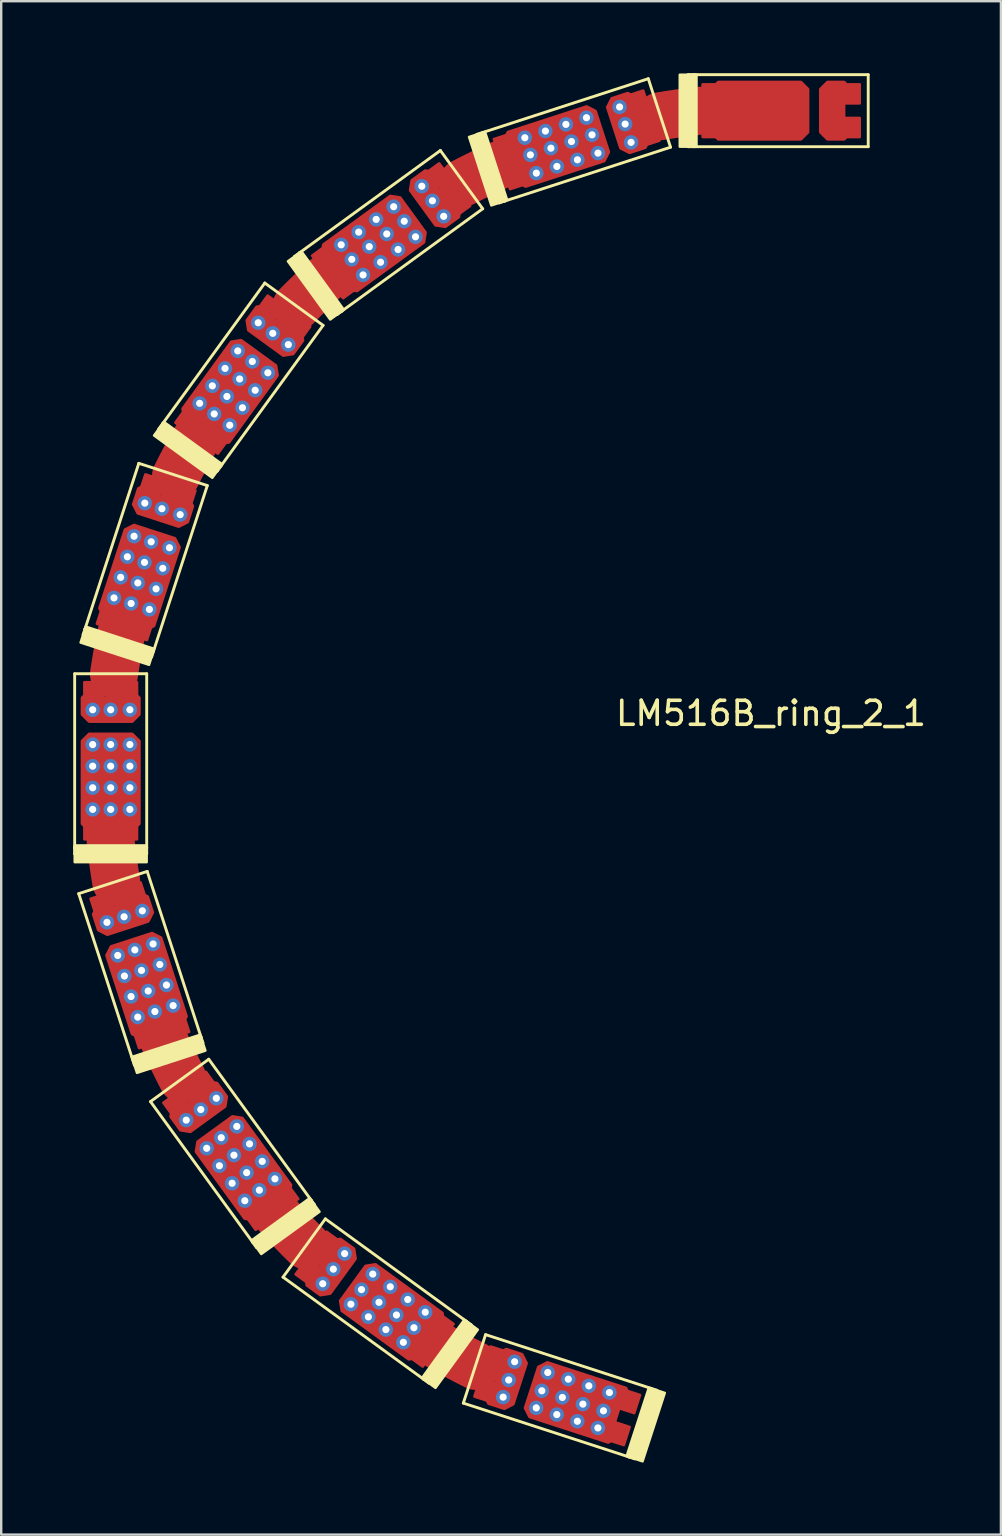
<source format=kicad_pcb>
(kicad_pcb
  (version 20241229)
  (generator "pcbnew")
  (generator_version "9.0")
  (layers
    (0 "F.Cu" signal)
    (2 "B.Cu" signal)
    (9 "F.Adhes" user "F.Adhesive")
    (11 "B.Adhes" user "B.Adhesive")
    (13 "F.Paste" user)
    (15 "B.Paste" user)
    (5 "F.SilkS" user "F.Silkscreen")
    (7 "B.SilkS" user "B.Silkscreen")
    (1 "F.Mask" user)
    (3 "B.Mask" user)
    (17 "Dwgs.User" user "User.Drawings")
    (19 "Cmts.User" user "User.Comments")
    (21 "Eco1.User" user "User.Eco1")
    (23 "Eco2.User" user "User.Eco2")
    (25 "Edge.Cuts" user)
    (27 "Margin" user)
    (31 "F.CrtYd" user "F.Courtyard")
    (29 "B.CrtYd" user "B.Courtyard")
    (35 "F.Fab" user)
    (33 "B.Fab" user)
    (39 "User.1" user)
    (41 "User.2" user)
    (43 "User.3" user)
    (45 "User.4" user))
  (footprint "LM516B_ring_2_1"
    (layer "F.Cu")
    (at 28.96 29.06)
    (property "Reference" "LM516B_ring_2_1" (at 0.1 -2.4 0) (layer "F.SilkS") (effects (font (size 1 1) (thickness 0.15))))
    (attr through_hole)
    (fp_arc (start -27.262681 -4.029415) (mid -27.126866 -4.863151) (end -26.965654 -5.692351) (stroke (width 2) (type solid)) (layer "F.Cu"))
    (fp_arc (start -27.168614 4.623332) (mid -27.297085 3.788433) (end -27.4 2.95) (stroke (width 2) (type solid)) (layer "F.Cu"))
    (fp_arc (start -24.678299 -12.287734) (mid -24.291493 -13.038695) (end -23.881934 -13.777494) (stroke (width 2) (type solid)) (layer "F.Cu"))
    (fp_arc (start -24.405304 12.823515) (mid -24.785486 12.069179) (end -25.142454 11.303584) (stroke (width 2) (type solid)) (layer "F.Cu"))
    (fp_arc (start -19.668444 -19.343245) (mid -19.06851 -19.937922) (end -18.450695 -20.514001) (stroke (width 2) (type solid)) (layer "F.Cu"))
    (fp_arc (start -19.243245 19.768444) (mid -19.837922 19.16851) (end -20.414001 18.550695) (stroke (width 2) (type solid)) (layer "F.Cu"))
    (fp_arc (start -12.723515 -24.505304) (mid -11.969179 -24.885486) (end -11.203584 -25.242454) (stroke (width 2) (type solid)) (layer "F.Cu"))
    (fp_arc (start -12.187734 24.778299) (mid -12.938695 24.391493) (end -13.677494 23.981934) (stroke (width 2) (type solid)) (layer "F.Cu"))
    (fp_arc (start -4.523332 -27.268614) (mid -3.688433 -27.397085) (end -2.85 -27.5) (stroke (width 2) (type solid)) (layer "F.Cu"))
    (fp_line (start -28.9 -4.05) (end -25.9 -4.05) (stroke (width 0.12) (type solid)) (layer "F.SilkS"))
    (fp_line (start -28.9 3.2) (end -28.9 -4.05) (stroke (width 0.12) (type solid)) (layer "F.SilkS"))
    (fp_line (start -28.9 3.2) (end -28.9 3.45) (stroke (width 0.12) (type solid)) (layer "F.SilkS"))
    (fp_line (start -28.9 3.45) (end -25.9 3.45) (stroke (width 0.12) (type solid)) (layer "F.SilkS"))
    (fp_line (start -28.732 5.11) (end -25.879 4.183) (stroke (width 0.12) (type solid)) (layer "F.SilkS"))
    (fp_line (start -28.547 -5.68) (end -25.694 -4.753) (stroke (width 0.12) (type solid)) (layer "F.SilkS"))
    (fp_line (start -28.469 -5.918) (end -28.547 -5.68) (stroke (width 0.12) (type solid)) (layer "F.SilkS"))
    (fp_line (start -28.469 -5.918) (end -26.229 -12.813) (stroke (width 0.12) (type solid)) (layer "F.SilkS"))
    (fp_line (start -26.492 12.005) (end -28.732 5.11) (stroke (width 0.12) (type solid)) (layer "F.SilkS"))
    (fp_line (start -26.492 12.005) (end -26.415 12.243) (stroke (width 0.12) (type solid)) (layer "F.SilkS"))
    (fp_line (start -26.415 12.243) (end -23.561 11.316) (stroke (width 0.12) (type solid)) (layer "F.SilkS"))
    (fp_line (start -26.229 -12.813) (end -23.376 -11.886) (stroke (width 0.12) (type solid)) (layer "F.SilkS"))
    (fp_line (start -25.9 -4.05) (end -25.9 3.2) (stroke (width 0.12) (type solid)) (layer "F.SilkS"))
    (fp_line (start -25.9 3.2) (end -28.9 3.2) (stroke (width 0.12) (type solid)) (layer "F.SilkS"))
    (fp_line (start -25.9 3.45) (end -25.9 3.2) (stroke (width 0.12) (type solid)) (layer "F.SilkS"))
    (fp_line (start -25.879 4.183) (end -23.639 11.078) (stroke (width 0.12) (type solid)) (layer "F.SilkS"))
    (fp_line (start -25.742 13.769) (end -23.315 12.006) (stroke (width 0.12) (type solid)) (layer "F.SilkS"))
    (fp_line (start -25.694 -4.753) (end -25.616 -4.991) (stroke (width 0.12) (type solid)) (layer "F.SilkS"))
    (fp_line (start -25.616 -4.991) (end -28.469 -5.918) (stroke (width 0.12) (type solid)) (layer "F.SilkS"))
    (fp_line (start -25.389 -14.255) (end -22.962 -12.491) (stroke (width 0.12) (type solid)) (layer "F.SilkS"))
    (fp_line (start -25.242 -14.457) (end -25.389 -14.255) (stroke (width 0.12) (type solid)) (layer "F.SilkS"))
    (fp_line (start -25.242 -14.457) (end -20.981 -20.322) (stroke (width 0.12) (type solid)) (layer "F.SilkS"))
    (fp_line (start -23.639 11.078) (end -26.492 12.005) (stroke (width 0.12) (type solid)) (layer "F.SilkS"))
    (fp_line (start -23.561 11.316) (end -23.639 11.078) (stroke (width 0.12) (type solid)) (layer "F.SilkS"))
    (fp_line (start -23.376 -11.886) (end -25.616 -4.991) (stroke (width 0.12) (type solid)) (layer "F.SilkS"))
    (fp_line (start -23.315 12.006) (end -19.054 17.871) (stroke (width 0.12) (type solid)) (layer "F.SilkS"))
    (fp_line (start -22.962 -12.491) (end -22.815 -12.694) (stroke (width 0.12) (type solid)) (layer "F.SilkS"))
    (fp_line (start -22.815 -12.694) (end -25.242 -14.457) (stroke (width 0.12) (type solid)) (layer "F.SilkS"))
    (fp_line (start -21.481 19.635) (end -25.742 13.769) (stroke (width 0.12) (type solid)) (layer "F.SilkS"))
    (fp_line (start -21.481 19.635) (end -21.334 19.837) (stroke (width 0.12) (type solid)) (layer "F.SilkS"))
    (fp_line (start -21.334 19.837) (end -18.907 18.074) (stroke (width 0.12) (type solid)) (layer "F.SilkS"))
    (fp_line (start -20.981 -20.322) (end -18.554 -18.559) (stroke (width 0.12) (type solid)) (layer "F.SilkS"))
    (fp_line (start -20.222 21.081) (end -18.459 18.654) (stroke (width 0.12) (type solid)) (layer "F.SilkS"))
    (fp_line (start -19.737 -21.434) (end -17.974 -19.007) (stroke (width 0.12) (type solid)) (layer "F.SilkS"))
    (fp_line (start -19.535 -21.581) (end -19.737 -21.434) (stroke (width 0.12) (type solid)) (layer "F.SilkS"))
    (fp_line (start -19.535 -21.581) (end -13.669 -25.842) (stroke (width 0.12) (type solid)) (layer "F.SilkS"))
    (fp_line (start -19.054 17.871) (end -21.481 19.635) (stroke (width 0.12) (type solid)) (layer "F.SilkS"))
    (fp_line (start -18.907 18.074) (end -19.054 17.871) (stroke (width 0.12) (type solid)) (layer "F.SilkS"))
    (fp_line (start -18.554 -18.559) (end -22.815 -12.694) (stroke (width 0.12) (type solid)) (layer "F.SilkS"))
    (fp_line (start -18.459 18.654) (end -12.594 22.915) (stroke (width 0.12) (type solid)) (layer "F.SilkS"))
    (fp_line (start -17.974 -19.007) (end -17.771 -19.154) (stroke (width 0.12) (type solid)) (layer "F.SilkS"))
    (fp_line (start -17.771 -19.154) (end -19.535 -21.581) (stroke (width 0.12) (type solid)) (layer "F.SilkS"))
    (fp_line (start -14.357 25.342) (end -20.222 21.081) (stroke (width 0.12) (type solid)) (layer "F.SilkS"))
    (fp_line (start -14.357 25.342) (end -14.155 25.489) (stroke (width 0.12) (type solid)) (layer "F.SilkS"))
    (fp_line (start -14.155 25.489) (end -12.391 23.062) (stroke (width 0.12) (type solid)) (layer "F.SilkS"))
    (fp_line (start -13.669 -25.842) (end -11.906 -23.415) (stroke (width 0.12) (type solid)) (layer "F.SilkS"))
    (fp_line (start -12.713 26.329) (end -11.786 23.476) (stroke (width 0.12) (type solid)) (layer "F.SilkS"))
    (fp_line (start -12.594 22.915) (end -14.357 25.342) (stroke (width 0.12) (type solid)) (layer "F.SilkS"))
    (fp_line (start -12.391 23.062) (end -12.594 22.915) (stroke (width 0.12) (type solid)) (layer "F.SilkS"))
    (fp_line (start -12.143 -26.515) (end -11.216 -23.661) (stroke (width 0.12) (type solid)) (layer "F.SilkS"))
    (fp_line (start -11.906 -23.415) (end -17.771 -19.154) (stroke (width 0.12) (type solid)) (layer "F.SilkS"))
    (fp_line (start -11.905 -26.592) (end -12.143 -26.515) (stroke (width 0.12) (type solid)) (layer "F.SilkS"))
    (fp_line (start -11.905 -26.592) (end -5.01 -28.832) (stroke (width 0.12) (type solid)) (layer "F.SilkS"))
    (fp_line (start -11.786 23.476) (end -4.891 25.716) (stroke (width 0.12) (type solid)) (layer "F.SilkS"))
    (fp_line (start -11.216 -23.661) (end -10.978 -23.739) (stroke (width 0.12) (type solid)) (layer "F.SilkS"))
    (fp_line (start -10.978 -23.739) (end -11.905 -26.592) (stroke (width 0.12) (type solid)) (layer "F.SilkS"))
    (fp_line (start -5.818 28.569) (end -12.713 26.329) (stroke (width 0.12) (type solid)) (layer "F.SilkS"))
    (fp_line (start -5.818 28.569) (end -5.58 28.647) (stroke (width 0.12) (type solid)) (layer "F.SilkS"))
    (fp_line (start -5.58 28.647) (end -4.653 25.794) (stroke (width 0.12) (type solid)) (layer "F.SilkS"))
    (fp_line (start -5.01 -28.832) (end -4.083 -25.979) (stroke (width 0.12) (type solid)) (layer "F.SilkS"))
    (fp_line (start -4.891 25.716) (end -5.818 28.569) (stroke (width 0.12) (type solid)) (layer "F.SilkS"))
    (fp_line (start -4.653 25.794) (end -4.891 25.716) (stroke (width 0.12) (type solid)) (layer "F.SilkS"))
    (fp_line (start -4.083 -25.979) (end -10.978 -23.739) (stroke (width 0.12) (type solid)) (layer "F.SilkS"))
    (fp_line (start -3.35 -29) (end -3.35 -26) (stroke (width 0.12) (type solid)) (layer "F.SilkS"))
    (fp_line (start -3.35 -26) (end -3.1 -26) (stroke (width 0.12) (type solid)) (layer "F.SilkS"))
    (fp_line (start -3.1 -29) (end -3.35 -29) (stroke (width 0.12) (type solid)) (layer "F.SilkS"))
    (fp_line (start -3.1 -29) (end 4.15 -29) (stroke (width 0.12) (type solid)) (layer "F.SilkS"))
    (fp_line (start -3.1 -26) (end -3.1 -29) (stroke (width 0.12) (type solid)) (layer "F.SilkS"))
    (fp_line (start 4.15 -29) (end 4.15 -26) (stroke (width 0.12) (type solid)) (layer "F.SilkS"))
    (fp_line (start 4.15 -26) (end -3.1 -26) (stroke (width 0.12) (type solid)) (layer "F.SilkS"))
    (fp_poly (pts (xy -25.9 3.1) (xy -25.9 3.8) (xy -28.9 3.8) (xy -28.9 3.1)) (stroke (width 0.1) (type solid)) (fill yes) (layer "F.SilkS"))
    (fp_poly (pts (xy -25.585 -5.086) (xy -25.802 -4.42) (xy -28.655 -5.347) (xy -28.439 -6.013)) (stroke (width 0.1) (type solid)) (fill yes) (layer "F.SilkS"))
    (fp_poly (pts (xy -23.67 10.983) (xy -23.453 11.648) (xy -26.306 12.576) (xy -26.523 11.91)) (stroke (width 0.1) (type solid)) (fill yes) (layer "F.SilkS"))
    (fp_poly (pts (xy -22.757 -12.774) (xy -23.168 -12.208) (xy -25.595 -13.972) (xy -25.184 -14.538)) (stroke (width 0.1) (type solid)) (fill yes) (layer "F.SilkS"))
    (fp_poly (pts (xy -19.112 17.79) (xy -18.701 18.357) (xy -21.128 20.12) (xy -21.539 19.554)) (stroke (width 0.1) (type solid)) (fill yes) (layer "F.SilkS"))
    (fp_poly (pts (xy -17.69 -19.212) (xy -18.257 -18.801) (xy -20.02 -21.228) (xy -19.454 -21.639)) (stroke (width 0.1) (type solid)) (fill yes) (layer "F.SilkS"))
    (fp_poly (pts (xy -12.674 22.857) (xy -12.108 23.268) (xy -13.872 25.695) (xy -14.438 25.284)) (stroke (width 0.1) (type solid)) (fill yes) (layer "F.SilkS"))
    (fp_poly (pts (xy -10.883 -23.77) (xy -11.548 -23.553) (xy -12.476 -26.406) (xy -11.81 -26.623)) (stroke (width 0.1) (type solid)) (fill yes) (layer "F.SilkS"))
    (fp_poly (pts (xy -4.986 25.685) (xy -4.32 25.902) (xy -5.247 28.755) (xy -5.913 28.539)) (stroke (width 0.1) (type solid)) (fill yes) (layer "F.SilkS"))
    (fp_poly (pts (xy -3 -26) (xy -3.7 -26) (xy -3.7 -29) (xy -3 -29)) (stroke (width 0.1) (type solid)) (fill yes) (layer "F.SilkS"))
    (pad "1" smd custom (at -0.45 -27.5) (size 3 2) (layers "F.Cu" "F.Mask" "F.Paste") (options (anchor rect)) (primitives (gr_poly (pts (xy 2.1 -0.9) (xy 2.1 0.9) (xy 1.8 1.2) (xy -1.65 1.2) (xy -1.75 1.1) (xy -2.3 1.1) (xy -2.3 0.3) (xy -1.65 0.3) (xy -1.65 -0.3) (xy -2.3 -0.3) (xy -2.3 -1.1) (xy -1.75 -1.1) (xy -1.65 -1.2) (xy 1.8 -1.2)) (width 0.1) (fill yes))))
    (pad "2" thru_hole circle (at -10.151 -26.373 18) (size 0.6 0.6) (drill 0.3) (layers "*.Cu" "*.Mask"))
    (pad "2" thru_hole circle (at -9.92 -25.66 18) (size 0.6 0.6) (drill 0.3) (layers "*.Cu" "*.Mask"))
    (pad "2" thru_hole circle (at -9.672 -24.899 18) (size 0.6 0.6) (drill 0.3) (layers "*.Cu" "*.Mask"))
    (pad "2" thru_hole circle (at -9.295 -26.651 18) (size 0.6 0.6) (drill 0.3) (layers "*.Cu" "*.Mask"))
    (pad "2" thru_hole circle (at -9.064 -25.938 18) (size 0.6 0.6) (drill 0.3) (layers "*.Cu" "*.Mask"))
    (pad "2" smd custom (at -8.921 -25.984 18) (size 3 2) (layers "F.Cu" "F.Mask" "F.Paste") (options (anchor rect)) (primitives (gr_poly (pts (xy 2.1 -0.9) (xy 2.1 0.9) (xy 1.8 1.2) (xy -1.65 1.2) (xy -1.75 1.1) (xy -2.3 1.1) (xy -2.3 0.3) (xy -1.65 0.3) (xy -1.65 -0.3) (xy -2.3 -0.3) (xy -2.3 -1.1) (xy -1.75 -1.1) (xy -1.65 -1.2) (xy 1.8 -1.2)) (width 0.1) (fill yes))))
    (pad "2" thru_hole circle (at -8.816 -25.177 18) (size 0.6 0.6) (drill 0.3) (layers "*.Cu" "*.Mask"))
    (pad "2" thru_hole circle (at -8.44 -26.929 18) (size 0.6 0.6) (drill 0.3) (layers "*.Cu" "*.Mask"))
    (pad "2" thru_hole circle (at -8.208 -26.216 18) (size 0.6 0.6) (drill 0.3) (layers "*.Cu" "*.Mask"))
    (pad "2" thru_hole circle (at -7.961 -25.455 18) (size 0.6 0.6) (drill 0.3) (layers "*.Cu" "*.Mask"))
    (pad "2" thru_hole circle (at -7.584 -27.207 18) (size 0.6 0.6) (drill 0.3) (layers "*.Cu" "*.Mask"))
    (pad "2" thru_hole circle (at -7.352 -26.494 18) (size 0.6 0.6) (drill 0.3) (layers "*.Cu" "*.Mask"))
    (pad "2" thru_hole circle (at -7.105 -25.733 18) (size 0.6 0.6) (drill 0.3) (layers "*.Cu" "*.Mask"))
    (pad "3" thru_hole circle (at -17.799 -21.914 36) (size 0.6 0.6) (drill 0.3) (layers "*.Cu" "*.Mask"))
    (pad "3" thru_hole circle (at -17.359 -21.308 36) (size 0.6 0.6) (drill 0.3) (layers "*.Cu" "*.Mask"))
    (pad "3" thru_hole circle (at -17.071 -22.443 36) (size 0.6 0.6) (drill 0.3) (layers "*.Cu" "*.Mask"))
    (pad "3" thru_hole circle (at -16.888 -20.66 36) (size 0.6 0.6) (drill 0.3) (layers "*.Cu" "*.Mask"))
    (pad "3" thru_hole circle (at -16.63 -21.837 36) (size 0.6 0.6) (drill 0.3) (layers "*.Cu" "*.Mask"))
    (pad "3" smd custom (at -16.509 -21.925 36) (size 3 2) (layers "F.Cu" "F.Mask" "F.Paste") (options (anchor rect)) (primitives (gr_poly (pts (xy 2.1 -0.9) (xy 2.1 0.9) (xy 1.8 1.2) (xy -1.65 1.2) (xy -1.75 1.1) (xy -2.3 1.1) (xy -2.3 0.3) (xy -1.65 0.3) (xy -1.65 -0.3) (xy -2.3 -0.3) (xy -2.3 -1.1) (xy -1.75 -1.1) (xy -1.65 -1.2) (xy 1.8 -1.2)) (width 0.1) (fill yes))))
    (pad "3" thru_hole circle (at -16.343 -22.972 36) (size 0.6 0.6) (drill 0.3) (layers "*.Cu" "*.Mask"))
    (pad "3" thru_hole circle (at -16.16 -21.189 36) (size 0.6 0.6) (drill 0.3) (layers "*.Cu" "*.Mask"))
    (pad "3" thru_hole circle (at -15.902 -22.366 36) (size 0.6 0.6) (drill 0.3) (layers "*.Cu" "*.Mask"))
    (pad "3" thru_hole circle (at -15.615 -23.501 36) (size 0.6 0.6) (drill 0.3) (layers "*.Cu" "*.Mask"))
    (pad "3" thru_hole circle (at -15.432 -21.718 36) (size 0.6 0.6) (drill 0.3) (layers "*.Cu" "*.Mask"))
    (pad "3" thru_hole circle (at -15.174 -22.895 36) (size 0.6 0.6) (drill 0.3) (layers "*.Cu" "*.Mask"))
    (pad "3" thru_hole circle (at -14.704 -22.247 36) (size 0.6 0.6) (drill 0.3) (layers "*.Cu" "*.Mask"))
    (pad "4" thru_hole circle (at -23.695 -15.311 54) (size 0.6 0.6) (drill 0.3) (layers "*.Cu" "*.Mask"))
    (pad "4" thru_hole circle (at -23.166 -16.039 54) (size 0.6 0.6) (drill 0.3) (layers "*.Cu" "*.Mask"))
    (pad "4" thru_hole circle (at -23.088 -14.87 54) (size 0.6 0.6) (drill 0.3) (layers "*.Cu" "*.Mask"))
    (pad "4" thru_hole circle (at -22.637 -16.767 54) (size 0.6 0.6) (drill 0.3) (layers "*.Cu" "*.Mask"))
    (pad "4" thru_hole circle (at -22.559 -15.598 54) (size 0.6 0.6) (drill 0.3) (layers "*.Cu" "*.Mask"))
    (pad "4" smd custom (at -22.471 -15.719 54) (size 3 2) (layers "F.Cu" "F.Mask" "F.Paste") (options (anchor rect)) (primitives (gr_poly (pts (xy 2.1 -0.9) (xy 2.1 0.9) (xy 1.8 1.2) (xy -1.65 1.2) (xy -1.75 1.1) (xy -2.3 1.1) (xy -2.3 0.3) (xy -1.65 0.3) (xy -1.65 -0.3) (xy -2.3 -0.3) (xy -2.3 -1.1) (xy -1.75 -1.1) (xy -1.65 -1.2) (xy 1.8 -1.2)) (width 0.1) (fill yes))))
    (pad "4" thru_hole circle (at -22.441 -14.399 54) (size 0.6 0.6) (drill 0.3) (layers "*.Cu" "*.Mask"))
    (pad "4" thru_hole circle (at -22.108 -17.495 54) (size 0.6 0.6) (drill 0.3) (layers "*.Cu" "*.Mask"))
    (pad "4" thru_hole circle (at -22.03 -16.326 54) (size 0.6 0.6) (drill 0.3) (layers "*.Cu" "*.Mask"))
    (pad "4" thru_hole circle (at -21.912 -15.128 54) (size 0.6 0.6) (drill 0.3) (layers "*.Cu" "*.Mask"))
    (pad "4" thru_hole circle (at -21.501 -17.054 54) (size 0.6 0.6) (drill 0.3) (layers "*.Cu" "*.Mask"))
    (pad "4" thru_hole circle (at -21.383 -15.856 54) (size 0.6 0.6) (drill 0.3) (layers "*.Cu" "*.Mask"))
    (pad "4" thru_hole circle (at -20.854 -16.584 54) (size 0.6 0.6) (drill 0.3) (layers "*.Cu" "*.Mask"))
    (pad "5" thru_hole circle (at -27.262 -7.208 72) (size 0.6 0.6) (drill 0.3) (layers "*.Cu" "*.Mask"))
    (pad "5" thru_hole circle (at -26.984 -8.064 72) (size 0.6 0.6) (drill 0.3) (layers "*.Cu" "*.Mask"))
    (pad "5" thru_hole circle (at -26.706 -8.92 72) (size 0.6 0.6) (drill 0.3) (layers "*.Cu" "*.Mask"))
    (pad "5" thru_hole circle (at -26.548 -6.976 72) (size 0.6 0.6) (drill 0.3) (layers "*.Cu" "*.Mask"))
    (pad "5" thru_hole circle (at -26.427 -9.776 72) (size 0.6 0.6) (drill 0.3) (layers "*.Cu" "*.Mask"))
    (pad "5" thru_hole circle (at -26.27 -7.832 72) (size 0.6 0.6) (drill 0.3) (layers "*.Cu" "*.Mask"))
    (pad "5" smd custom (at -26.224 -7.975 72) (size 3 2) (layers "F.Cu" "F.Mask" "F.Paste") (options (anchor rect)) (primitives (gr_poly (pts (xy 2.1 -0.9) (xy 2.1 0.9) (xy 1.8 1.2) (xy -1.65 1.2) (xy -1.75 1.1) (xy -2.3 1.1) (xy -2.3 0.3) (xy -1.65 0.3) (xy -1.65 -0.3) (xy -2.3 -0.3) (xy -2.3 -1.1) (xy -1.75 -1.1) (xy -1.65 -1.2) (xy 1.8 -1.2)) (width 0.1) (fill yes))))
    (pad "5" thru_hole circle (at -25.992 -8.688 72) (size 0.6 0.6) (drill 0.3) (layers "*.Cu" "*.Mask"))
    (pad "5" thru_hole circle (at -25.788 -6.729 72) (size 0.6 0.6) (drill 0.3) (layers "*.Cu" "*.Mask"))
    (pad "5" thru_hole circle (at -25.714 -9.544 72) (size 0.6 0.6) (drill 0.3) (layers "*.Cu" "*.Mask"))
    (pad "5" thru_hole circle (at -25.51 -7.585 72) (size 0.6 0.6) (drill 0.3) (layers "*.Cu" "*.Mask"))
    (pad "5" thru_hole circle (at -25.231 -8.441 72) (size 0.6 0.6) (drill 0.3) (layers "*.Cu" "*.Mask"))
    (pad "5" thru_hole circle (at -24.953 -9.297 72) (size 0.6 0.6) (drill 0.3) (layers "*.Cu" "*.Mask"))
    (pad "6" thru_hole circle (at -28.15 -1.1 90) (size 0.6 0.6) (drill 0.3) (layers "*.Cu" "*.Mask"))
    (pad "6" thru_hole circle (at -28.15 -0.2 90) (size 0.6 0.6) (drill 0.3) (layers "*.Cu" "*.Mask"))
    (pad "6" thru_hole circle (at -28.15 0.7 90) (size 0.6 0.6) (drill 0.3) (layers "*.Cu" "*.Mask"))
    (pad "6" thru_hole circle (at -28.15 1.6 90) (size 0.6 0.6) (drill 0.3) (layers "*.Cu" "*.Mask"))
    (pad "6" thru_hole circle (at -27.4 -1.1 90) (size 0.6 0.6) (drill 0.3) (layers "*.Cu" "*.Mask"))
    (pad "6" thru_hole circle (at -27.4 -0.2 90) (size 0.6 0.6) (drill 0.3) (layers "*.Cu" "*.Mask"))
    (pad "6" smd custom (at -27.4 0.55 90) (size 3 2) (layers "F.Cu" "F.Mask" "F.Paste") (options (anchor rect)) (primitives (gr_poly (pts (xy 2.1 -0.9) (xy 2.1 0.9) (xy 1.8 1.2) (xy -1.65 1.2) (xy -1.75 1.1) (xy -2.3 1.1) (xy -2.3 0.3) (xy -1.65 0.3) (xy -1.65 -0.3) (xy -2.3 -0.3) (xy -2.3 -1.1) (xy -1.75 -1.1) (xy -1.65 -1.2) (xy 1.8 -1.2)) (width 0.1) (fill yes))))
    (pad "6" thru_hole circle (at -27.4 0.7 90) (size 0.6 0.6) (drill 0.3) (layers "*.Cu" "*.Mask"))
    (pad "6" thru_hole circle (at -27.4 1.6 90) (size 0.6 0.6) (drill 0.3) (layers "*.Cu" "*.Mask"))
    (pad "6" thru_hole circle (at -26.6 -1.1 90) (size 0.6 0.6) (drill 0.3) (layers "*.Cu" "*.Mask"))
    (pad "6" thru_hole circle (at -26.6 -0.2 90) (size 0.6 0.6) (drill 0.3) (layers "*.Cu" "*.Mask"))
    (pad "6" thru_hole circle (at -26.6 0.7 90) (size 0.6 0.6) (drill 0.3) (layers "*.Cu" "*.Mask"))
    (pad "6" thru_hole circle (at -26.6 1.6 90) (size 0.6 0.6) (drill 0.3) (layers "*.Cu" "*.Mask"))
    (pad "7" thru_hole circle (at -27.107 7.684 108) (size 0.6 0.6) (drill 0.3) (layers "*.Cu" "*.Mask"))
    (pad "7" thru_hole circle (at -26.829 8.54 108) (size 0.6 0.6) (drill 0.3) (layers "*.Cu" "*.Mask"))
    (pad "7" thru_hole circle (at -26.551 9.395 108) (size 0.6 0.6) (drill 0.3) (layers "*.Cu" "*.Mask"))
    (pad "7" thru_hole circle (at -26.394 7.452 108) (size 0.6 0.6) (drill 0.3) (layers "*.Cu" "*.Mask"))
    (pad "7" thru_hole circle (at -26.273 10.251 108) (size 0.6 0.6) (drill 0.3) (layers "*.Cu" "*.Mask"))
    (pad "7" thru_hole circle (at -26.116 8.308 108) (size 0.6 0.6) (drill 0.3) (layers "*.Cu" "*.Mask"))
    (pad "7" smd custom (at -25.884 9.021 108) (size 3 2) (layers "F.Cu" "F.Mask" "F.Paste") (options (anchor rect)) (primitives (gr_poly (pts (xy 2.1 -0.9) (xy 2.1 0.9) (xy 1.8 1.2) (xy -1.65 1.2) (xy -1.75 1.1) (xy -2.3 1.1) (xy -2.3 0.3) (xy -1.65 0.3) (xy -1.65 -0.3) (xy -2.3 -0.3) (xy -2.3 -1.1) (xy -1.75 -1.1) (xy -1.65 -1.2) (xy 1.8 -1.2)) (width 0.1) (fill yes))))
    (pad "7" thru_hole circle (at -25.838 9.164 108) (size 0.6 0.6) (drill 0.3) (layers "*.Cu" "*.Mask"))
    (pad "7" thru_hole circle (at -25.633 7.205 108) (size 0.6 0.6) (drill 0.3) (layers "*.Cu" "*.Mask"))
    (pad "7" thru_hole circle (at -25.56 10.02 108) (size 0.6 0.6) (drill 0.3) (layers "*.Cu" "*.Mask"))
    (pad "7" thru_hole circle (at -25.355 8.061 108) (size 0.6 0.6) (drill 0.3) (layers "*.Cu" "*.Mask"))
    (pad "7" thru_hole circle (at -25.077 8.916 108) (size 0.6 0.6) (drill 0.3) (layers "*.Cu" "*.Mask"))
    (pad "7" thru_hole circle (at -24.799 9.772 108) (size 0.6 0.6) (drill 0.3) (layers "*.Cu" "*.Mask"))
    (pad "8" thru_hole circle (at -23.401 15.715 126) (size 0.6 0.6) (drill 0.3) (layers "*.Cu" "*.Mask"))
    (pad "8" thru_hole circle (at -22.872 16.443 126) (size 0.6 0.6) (drill 0.3) (layers "*.Cu" "*.Mask"))
    (pad "8" thru_hole circle (at -22.795 15.274 126) (size 0.6 0.6) (drill 0.3) (layers "*.Cu" "*.Mask"))
    (pad "8" thru_hole circle (at -22.343 17.171 126) (size 0.6 0.6) (drill 0.3) (layers "*.Cu" "*.Mask"))
    (pad "8" thru_hole circle (at -22.266 16.002 126) (size 0.6 0.6) (drill 0.3) (layers "*.Cu" "*.Mask"))
    (pad "8" thru_hole circle (at -22.147 14.804 126) (size 0.6 0.6) (drill 0.3) (layers "*.Cu" "*.Mask"))
    (pad "8" smd custom (at -21.825 16.609 126) (size 3 2) (layers "F.Cu" "F.Mask" "F.Paste") (options (anchor rect)) (primitives (gr_poly (pts (xy 2.1 -0.9) (xy 2.1 0.9) (xy 1.8 1.2) (xy -1.65 1.2) (xy -1.75 1.1) (xy -2.3 1.1) (xy -2.3 0.3) (xy -1.65 0.3) (xy -1.65 -0.3) (xy -2.3 -0.3) (xy -2.3 -1.1) (xy -1.75 -1.1) (xy -1.65 -1.2) (xy 1.8 -1.2)) (width 0.1) (fill yes))))
    (pad "8" thru_hole circle (at -21.814 17.899 126) (size 0.6 0.6) (drill 0.3) (layers "*.Cu" "*.Mask"))
    (pad "8" thru_hole circle (at -21.737 16.73 126) (size 0.6 0.6) (drill 0.3) (layers "*.Cu" "*.Mask"))
    (pad "8" thru_hole circle (at -21.618 15.532 126) (size 0.6 0.6) (drill 0.3) (layers "*.Cu" "*.Mask"))
    (pad "8" thru_hole circle (at -21.208 17.459 126) (size 0.6 0.6) (drill 0.3) (layers "*.Cu" "*.Mask"))
    (pad "8" thru_hole circle (at -21.089 16.26 126) (size 0.6 0.6) (drill 0.3) (layers "*.Cu" "*.Mask"))
    (pad "8" thru_hole circle (at -20.56 16.988 126) (size 0.6 0.6) (drill 0.3) (layers "*.Cu" "*.Mask"))
    (pad "9" thru_hole circle (at -17.395 22.208 144) (size 0.6 0.6) (drill 0.3) (layers "*.Cu" "*.Mask"))
    (pad "9" thru_hole circle (at -16.954 21.601 144) (size 0.6 0.6) (drill 0.3) (layers "*.Cu" "*.Mask"))
    (pad "9" thru_hole circle (at -16.667 22.737 144) (size 0.6 0.6) (drill 0.3) (layers "*.Cu" "*.Mask"))
    (pad "9" thru_hole circle (at -16.484 20.954 144) (size 0.6 0.6) (drill 0.3) (layers "*.Cu" "*.Mask"))
    (pad "9" thru_hole circle (at -16.226 22.13 144) (size 0.6 0.6) (drill 0.3) (layers "*.Cu" "*.Mask"))
    (pad "9" thru_hole circle (at -15.939 23.266 144) (size 0.6 0.6) (drill 0.3) (layers "*.Cu" "*.Mask"))
    (pad "9" thru_hole circle (at -15.756 21.483 144) (size 0.6 0.6) (drill 0.3) (layers "*.Cu" "*.Mask"))
    (pad "9" smd custom (at -15.619 22.571 144) (size 3 2) (layers "F.Cu" "F.Mask" "F.Paste") (options (anchor rect)) (primitives (gr_poly (pts (xy 2.1 -0.9) (xy 2.1 0.9) (xy 1.8 1.2) (xy -1.65 1.2) (xy -1.75 1.1) (xy -2.3 1.1) (xy -2.3 0.3) (xy -1.65 0.3) (xy -1.65 -0.3) (xy -2.3 -0.3) (xy -2.3 -1.1) (xy -1.75 -1.1) (xy -1.65 -1.2) (xy 1.8 -1.2)) (width 0.1) (fill yes))))
    (pad "9" thru_hole circle (at -15.498 22.659 144) (size 0.6 0.6) (drill 0.3) (layers "*.Cu" "*.Mask"))
    (pad "9" thru_hole circle (at -15.211 23.795 144) (size 0.6 0.6) (drill 0.3) (layers "*.Cu" "*.Mask"))
    (pad "9" thru_hole circle (at -15.028 22.012 144) (size 0.6 0.6) (drill 0.3) (layers "*.Cu" "*.Mask"))
    (pad "9" thru_hole circle (at -14.77 23.188 144) (size 0.6 0.6) (drill 0.3) (layers "*.Cu" "*.Mask"))
    (pad "9" thru_hole circle (at -14.299 22.541 144) (size 0.6 0.6) (drill 0.3) (layers "*.Cu" "*.Mask"))
    (pad "10" thru_hole circle (at -9.676 26.527 162) (size 0.6 0.6) (drill 0.3) (layers "*.Cu" "*.Mask"))
    (pad "10" thru_hole circle (at -9.444 25.814 162) (size 0.6 0.6) (drill 0.3) (layers "*.Cu" "*.Mask"))
    (pad "10" thru_hole circle (at -9.197 25.053 162) (size 0.6 0.6) (drill 0.3) (layers "*.Cu" "*.Mask"))
    (pad "10" thru_hole circle (at -8.82 26.806 162) (size 0.6 0.6) (drill 0.3) (layers "*.Cu" "*.Mask"))
    (pad "10" thru_hole circle (at -8.588 26.092 162) (size 0.6 0.6) (drill 0.3) (layers "*.Cu" "*.Mask"))
    (pad "10" thru_hole circle (at -8.341 25.331 162) (size 0.6 0.6) (drill 0.3) (layers "*.Cu" "*.Mask"))
    (pad "10" thru_hole circle (at -7.964 27.084 162) (size 0.6 0.6) (drill 0.3) (layers "*.Cu" "*.Mask"))
    (pad "10" smd custom (at -7.875 26.324 162) (size 3 2) (layers "F.Cu" "F.Mask" "F.Paste") (options (anchor rect)) (primitives (gr_poly (pts (xy 2.1 -0.9) (xy 2.1 0.9) (xy 1.8 1.2) (xy -1.65 1.2) (xy -1.75 1.1) (xy -2.3 1.1) (xy -2.3 0.3) (xy -1.65 0.3) (xy -1.65 -0.3) (xy -2.3 -0.3) (xy -2.3 -1.1) (xy -1.75 -1.1) (xy -1.65 -1.2) (xy 1.8 -1.2)) (width 0.1) (fill yes))))
    (pad "10" thru_hole circle (at -7.732 26.37 162) (size 0.6 0.6) (drill 0.3) (layers "*.Cu" "*.Mask"))
    (pad "10" thru_hole circle (at -7.485 25.61 162) (size 0.6 0.6) (drill 0.3) (layers "*.Cu" "*.Mask"))
    (pad "10" thru_hole circle (at -7.108 27.362 162) (size 0.6 0.6) (drill 0.3) (layers "*.Cu" "*.Mask"))
    (pad "10" thru_hole circle (at -6.876 26.648 162) (size 0.6 0.6) (drill 0.3) (layers "*.Cu" "*.Mask"))
    (pad "10" thru_hole circle (at -6.629 25.888 162) (size 0.6 0.6) (drill 0.3) (layers "*.Cu" "*.Mask"))
    (pad "11" smd custom (at 2.7 -27.5) (size 1 1.8) (layers "F.Cu" "F.Mask" "F.Paste") (options (anchor rect)) (primitives (gr_poly (pts (xy 0.55 -1.1) (xy 1.1 -1.1) (xy 1.1 -0.3) (xy 0.45 -0.3) (xy 0.45 0.3) (xy 1.1 0.3) (xy 1.1 1.1) (xy 0.55 1.1) (xy 0.45 1.2) (xy -0.25 1.2) (xy -0.55 0.9) (xy -0.55 -0.9) (xy -0.25 -1.2) (xy 0.45 -1.2)) (width 0.1) (fill yes))))
    (pad "12" thru_hole circle (at -6.205 -27.655 18) (size 0.6 0.6) (drill 0.3) (layers "*.Cu" "*.Mask"))
    (pad "12" thru_hole circle (at -5.973 -26.942 18) (size 0.6 0.6) (drill 0.3) (layers "*.Cu" "*.Mask"))
    (pad "12" smd custom (at -5.925 -26.957 18) (size 1 1.8) (layers "F.Cu" "F.Mask" "F.Paste") (options (anchor rect)) (primitives (gr_poly (pts (xy 0.55 -1.1) (xy 1.1 -1.1) (xy 1.1 -0.3) (xy 0.45 -0.3) (xy 0.45 0.3) (xy 1.1 0.3) (xy 1.1 1.1) (xy 0.55 1.1) (xy 0.45 1.2) (xy -0.25 1.2) (xy -0.55 0.9) (xy -0.55 -0.9) (xy -0.25 -1.2) (xy 0.45 -1.2)) (width 0.1) (fill yes))))
    (pad "12" thru_hole circle (at -5.726 -26.181 18) (size 0.6 0.6) (drill 0.3) (layers "*.Cu" "*.Mask"))
    (pad "13" thru_hole circle (at -14.442 -24.354 36) (size 0.6 0.6) (drill 0.3) (layers "*.Cu" "*.Mask"))
    (pad "13" thru_hole circle (at -14.001 -23.747 36) (size 0.6 0.6) (drill 0.3) (layers "*.Cu" "*.Mask"))
    (pad "13" smd custom (at -13.961 -23.776 36) (size 1 1.8) (layers "F.Cu" "F.Mask" "F.Paste") (options (anchor rect)) (primitives (gr_poly (pts (xy 0.55 -1.1) (xy 1.1 -1.1) (xy 1.1 -0.3) (xy 0.45 -0.3) (xy 0.45 0.3) (xy 1.1 0.3) (xy 1.1 1.1) (xy 0.55 1.1) (xy 0.45 1.2) (xy -0.25 1.2) (xy -0.55 0.9) (xy -0.55 -0.9) (xy -0.25 -1.2) (xy 0.45 -1.2)) (width 0.1) (fill yes))))
    (pad "13" thru_hole circle (at -13.531 -23.1 36) (size 0.6 0.6) (drill 0.3) (layers "*.Cu" "*.Mask"))
    (pad "14" thru_hole circle (at -21.256 -18.668 54) (size 0.6 0.6) (drill 0.3) (layers "*.Cu" "*.Mask"))
    (pad "14" thru_hole circle (at -20.649 -18.227 54) (size 0.6 0.6) (drill 0.3) (layers "*.Cu" "*.Mask"))
    (pad "14" smd custom (at -20.62 -18.268 54) (size 1 1.8) (layers "F.Cu" "F.Mask" "F.Paste") (options (anchor rect)) (primitives (gr_poly (pts (xy 0.55 -1.1) (xy 1.1 -1.1) (xy 1.1 -0.3) (xy 0.45 -0.3) (xy 0.45 0.3) (xy 1.1 0.3) (xy 1.1 1.1) (xy 0.55 1.1) (xy 0.45 1.2) (xy -0.25 1.2) (xy -0.55 0.9) (xy -0.55 -0.9) (xy -0.25 -1.2) (xy 0.45 -1.2)) (width 0.1) (fill yes))))
    (pad "14" thru_hole circle (at -20.002 -17.757 54) (size 0.6 0.6) (drill 0.3) (layers "*.Cu" "*.Mask"))
    (pad "15" thru_hole circle (at -25.979 -11.155 72) (size 0.6 0.6) (drill 0.3) (layers "*.Cu" "*.Mask"))
    (pad "15" thru_hole circle (at -25.266 -10.923 72) (size 0.6 0.6) (drill 0.3) (layers "*.Cu" "*.Mask"))
    (pad "15" smd custom (at -25.251 -10.971 72) (size 1 1.8) (layers "F.Cu" "F.Mask" "F.Paste") (options (anchor rect)) (primitives (gr_poly (pts (xy 0.55 -1.1) (xy 1.1 -1.1) (xy 1.1 -0.3) (xy 0.45 -0.3) (xy 0.45 0.3) (xy 1.1 0.3) (xy 1.1 1.1) (xy 0.55 1.1) (xy 0.45 1.2) (xy -0.25 1.2) (xy -0.55 0.9) (xy -0.55 -0.9) (xy -0.25 -1.2) (xy 0.45 -1.2)) (width 0.1) (fill yes))))
    (pad "15" thru_hole circle (at -24.505 -10.676 72) (size 0.6 0.6) (drill 0.3) (layers "*.Cu" "*.Mask"))
    (pad "16" thru_hole circle (at -28.15 -2.55 90) (size 0.6 0.6) (drill 0.3) (layers "*.Cu" "*.Mask"))
    (pad "16" smd custom (at -27.4 -2.6 90) (size 1 1.8) (layers "F.Cu" "F.Mask" "F.Paste") (options (anchor rect)) (primitives (gr_poly (pts (xy 0.55 -1.1) (xy 1.1 -1.1) (xy 1.1 -0.3) (xy 0.45 -0.3) (xy 0.45 0.3) (xy 1.1 0.3) (xy 1.1 1.1) (xy 0.55 1.1) (xy 0.45 1.2) (xy -0.25 1.2) (xy -0.55 0.9) (xy -0.55 -0.9) (xy -0.25 -1.2) (xy 0.45 -1.2)) (width 0.1) (fill yes))))
    (pad "16" thru_hole circle (at -27.4 -2.55 90) (size 0.6 0.6) (drill 0.3) (layers "*.Cu" "*.Mask"))
    (pad "16" thru_hole circle (at -26.6 -2.55 90) (size 0.6 0.6) (drill 0.3) (layers "*.Cu" "*.Mask"))
    (pad "17" thru_hole circle (at -27.555 6.305 108) (size 0.6 0.6) (drill 0.3) (layers "*.Cu" "*.Mask"))
    (pad "17" smd custom (at -26.857 6.025 108) (size 1 1.8) (layers "F.Cu" "F.Mask" "F.Paste") (options (anchor rect)) (primitives (gr_poly (pts (xy 0.55 -1.1) (xy 1.1 -1.1) (xy 1.1 -0.3) (xy 0.45 -0.3) (xy 0.45 0.3) (xy 1.1 0.3) (xy 1.1 1.1) (xy 0.55 1.1) (xy 0.45 1.2) (xy -0.25 1.2) (xy -0.55 0.9) (xy -0.55 -0.9) (xy -0.25 -1.2) (xy 0.45 -1.2)) (width 0.1) (fill yes))))
    (pad "17" thru_hole circle (at -26.842 6.073 108) (size 0.6 0.6) (drill 0.3) (layers "*.Cu" "*.Mask"))
    (pad "17" thru_hole circle (at -26.081 5.826 108) (size 0.6 0.6) (drill 0.3) (layers "*.Cu" "*.Mask"))
    (pad "18" thru_hole circle (at -24.254 14.542 126) (size 0.6 0.6) (drill 0.3) (layers "*.Cu" "*.Mask"))
    (pad "18" smd custom (at -23.676 14.061 126) (size 1 1.8) (layers "F.Cu" "F.Mask" "F.Paste") (options (anchor rect)) (primitives (gr_poly (pts (xy 0.55 -1.1) (xy 1.1 -1.1) (xy 1.1 -0.3) (xy 0.45 -0.3) (xy 0.45 0.3) (xy 1.1 0.3) (xy 1.1 1.1) (xy 0.55 1.1) (xy 0.45 1.2) (xy -0.25 1.2) (xy -0.55 0.9) (xy -0.55 -0.9) (xy -0.25 -1.2) (xy 0.45 -1.2)) (width 0.1) (fill yes))))
    (pad "18" thru_hole circle (at -23.647 14.101 126) (size 0.6 0.6) (drill 0.3) (layers "*.Cu" "*.Mask"))
    (pad "18" thru_hole circle (at -23 13.631 126) (size 0.6 0.6) (drill 0.3) (layers "*.Cu" "*.Mask"))
    (pad "19" thru_hole circle (at -18.568 21.356 144) (size 0.6 0.6) (drill 0.3) (layers "*.Cu" "*.Mask"))
    (pad "19" smd custom (at -18.168 20.72 144) (size 1 1.8) (layers "F.Cu" "F.Mask" "F.Paste") (options (anchor rect)) (primitives (gr_poly (pts (xy 0.55 -1.1) (xy 1.1 -1.1) (xy 1.1 -0.3) (xy 0.45 -0.3) (xy 0.45 0.3) (xy 1.1 0.3) (xy 1.1 1.1) (xy 0.55 1.1) (xy 0.45 1.2) (xy -0.25 1.2) (xy -0.55 0.9) (xy -0.55 -0.9) (xy -0.25 -1.2) (xy 0.45 -1.2)) (width 0.1) (fill yes))))
    (pad "19" thru_hole circle (at -18.127 20.749 144) (size 0.6 0.6) (drill 0.3) (layers "*.Cu" "*.Mask"))
    (pad "19" thru_hole circle (at -17.657 20.102 144) (size 0.6 0.6) (drill 0.3) (layers "*.Cu" "*.Mask"))
    (pad "20" thru_hole circle (at -11.055 26.079 162) (size 0.6 0.6) (drill 0.3) (layers "*.Cu" "*.Mask"))
    (pad "20" smd custom (at -10.871 25.351 162) (size 1 1.8) (layers "F.Cu" "F.Mask" "F.Paste") (options (anchor rect)) (primitives (gr_poly (pts (xy 0.55 -1.1) (xy 1.1 -1.1) (xy 1.1 -0.3) (xy 0.45 -0.3) (xy 0.45 0.3) (xy 1.1 0.3) (xy 1.1 1.1) (xy 0.55 1.1) (xy 0.45 1.2) (xy -0.25 1.2) (xy -0.55 0.9) (xy -0.55 -0.9) (xy -0.25 -1.2) (xy 0.45 -1.2)) (width 0.1) (fill yes))))
    (pad "20" thru_hole circle (at -10.823 25.366 162) (size 0.6 0.6) (drill 0.3) (layers "*.Cu" "*.Mask"))
    (pad "20" thru_hole circle (at -10.576 24.605 162) (size 0.6 0.6) (drill 0.3) (layers "*.Cu" "*.Mask")))
  (gr_rect
    (start -3 -3)
    (end 38.637 60.865)
    (stroke (width 0.1) (type default))
    (fill no)
    (layer "Edge.Cuts")))
</source>
